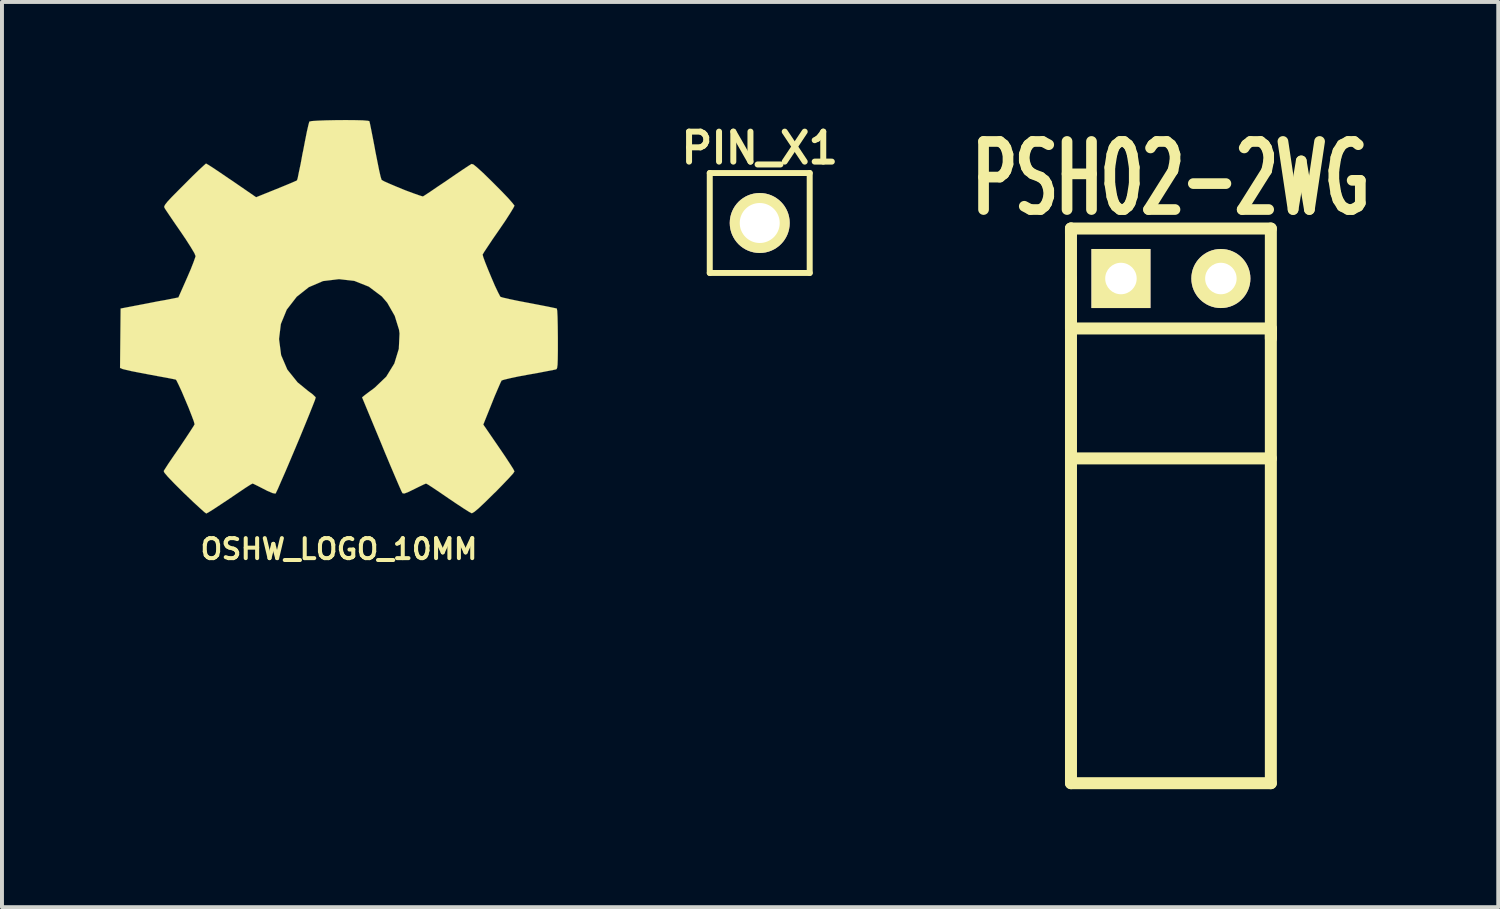
<source format=kicad_pcb>
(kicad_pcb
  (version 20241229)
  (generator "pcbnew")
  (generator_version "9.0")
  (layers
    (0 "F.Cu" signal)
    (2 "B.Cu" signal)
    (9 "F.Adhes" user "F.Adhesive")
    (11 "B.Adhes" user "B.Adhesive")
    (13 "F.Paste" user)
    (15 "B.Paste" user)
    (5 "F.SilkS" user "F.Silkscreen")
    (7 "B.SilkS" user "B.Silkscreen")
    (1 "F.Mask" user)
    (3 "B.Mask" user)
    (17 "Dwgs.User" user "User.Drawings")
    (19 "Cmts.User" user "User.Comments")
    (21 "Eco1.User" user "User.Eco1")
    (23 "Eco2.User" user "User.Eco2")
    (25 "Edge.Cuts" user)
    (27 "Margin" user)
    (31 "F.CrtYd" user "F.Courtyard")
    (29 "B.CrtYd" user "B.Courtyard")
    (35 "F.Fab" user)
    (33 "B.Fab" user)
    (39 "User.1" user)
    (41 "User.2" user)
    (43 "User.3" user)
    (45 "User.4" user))
  (footprint "OSHW_LOGO_10MM"
    (layer "F.Cu")
    (at 5.566 5.003)
    (property "Reference" "OSHW_LOGO_10MM" (at 0 5.903 0) (layer "F.SilkS") (effects (font (size 0.508 0.508) (thickness 0.102))))
    (attr through_hole)
    (fp_poly (pts (xy -3.373 4.999) (xy -3.315 4.968) (xy -3.185 4.887) (xy -3 4.765) (xy -2.779 4.618) (xy -2.558 4.468) (xy -2.377 4.346) (xy -2.25 4.265) (xy -2.197 4.237) (xy -2.169 4.247) (xy -2.065 4.298) (xy -1.913 4.376) (xy -1.824 4.422) (xy -1.684 4.481) (xy -1.615 4.493) (xy -1.603 4.475) (xy -1.552 4.369) (xy -1.473 4.186) (xy -1.367 3.945) (xy -1.247 3.663) (xy -1.118 3.358) (xy -0.988 3.048) (xy -0.866 2.751) (xy -0.757 2.484) (xy -0.671 2.268) (xy -0.612 2.118) (xy -0.592 2.052) (xy -0.597 2.04) (xy -0.668 1.971) (xy -0.79 1.88) (xy -1.052 1.666) (xy -1.313 1.341) (xy -1.471 0.973) (xy -1.524 0.564) (xy -1.478 0.183) (xy -1.328 -0.183) (xy -1.074 -0.511) (xy -0.767 -0.754) (xy -0.406 -0.909) (xy 0 -0.958) (xy 0.389 -0.914) (xy 0.759 -0.767) (xy 1.09 -0.518) (xy 1.227 -0.358) (xy 1.417 -0.025) (xy 1.527 0.33) (xy 1.539 0.422) (xy 1.521 0.813) (xy 1.407 1.186) (xy 1.201 1.521) (xy 0.914 1.796) (xy 0.879 1.824) (xy 0.744 1.923) (xy 0.655 1.991) (xy 0.587 2.047) (xy 1.085 3.246) (xy 1.163 3.437) (xy 1.3 3.764) (xy 1.42 4.046) (xy 1.516 4.27) (xy 1.582 4.42) (xy 1.613 4.481) (xy 1.615 4.483) (xy 1.659 4.491) (xy 1.75 4.458) (xy 1.918 4.376) (xy 2.029 4.321) (xy 2.156 4.26) (xy 2.212 4.237) (xy 2.261 4.262) (xy 2.383 4.341) (xy 2.56 4.46) (xy 2.776 4.608) (xy 2.979 4.745) (xy 3.167 4.869) (xy 3.305 4.956) (xy 3.371 4.991) (xy 3.381 4.991) (xy 3.439 4.958) (xy 3.546 4.869) (xy 3.711 4.714) (xy 3.942 4.486) (xy 3.978 4.453) (xy 4.166 4.26) (xy 4.321 4.097) (xy 4.425 3.983) (xy 4.46 3.929) (xy 4.427 3.863) (xy 4.341 3.729) (xy 4.216 3.538) (xy 4.064 3.315) (xy 3.668 2.738) (xy 3.886 2.195) (xy 3.952 2.029) (xy 4.039 1.826) (xy 4.102 1.681) (xy 4.133 1.618) (xy 4.194 1.598) (xy 4.341 1.562) (xy 4.557 1.516) (xy 4.816 1.468) (xy 5.06 1.425) (xy 5.281 1.382) (xy 5.443 1.351) (xy 5.514 1.336) (xy 5.532 1.326) (xy 5.545 1.293) (xy 5.555 1.217) (xy 5.56 1.082) (xy 5.563 0.869) (xy 5.563 0.564) (xy 5.563 0.531) (xy 5.56 0.236) (xy 5.555 0.005) (xy 5.547 -0.15) (xy 5.537 -0.208) (xy 5.537 -0.211) (xy 5.469 -0.226) (xy 5.311 -0.259) (xy 5.09 -0.302) (xy 4.826 -0.353) (xy 4.808 -0.356) (xy 4.547 -0.406) (xy 4.326 -0.452) (xy 4.171 -0.488) (xy 4.105 -0.508) (xy 4.092 -0.528) (xy 4.039 -0.63) (xy 3.962 -0.792) (xy 3.876 -0.993) (xy 3.79 -1.199) (xy 3.716 -1.384) (xy 3.665 -1.524) (xy 3.65 -1.587) (xy 3.653 -1.587) (xy 3.691 -1.651) (xy 3.782 -1.788) (xy 3.909 -1.979) (xy 4.064 -2.202) (xy 4.074 -2.217) (xy 4.227 -2.441) (xy 4.348 -2.629) (xy 4.43 -2.764) (xy 4.46 -2.824) (xy 4.46 -2.827) (xy 4.409 -2.893) (xy 4.298 -3.02) (xy 4.135 -3.19) (xy 3.94 -3.386) (xy 3.879 -3.447) (xy 3.663 -3.658) (xy 3.51 -3.797) (xy 3.419 -3.871) (xy 3.373 -3.886) (xy 3.371 -3.886) (xy 3.305 -3.846) (xy 3.165 -3.754) (xy 2.974 -3.625) (xy 2.748 -3.47) (xy 2.733 -3.459) (xy 2.51 -3.31) (xy 2.324 -3.183) (xy 2.192 -3.096) (xy 2.136 -3.061) (xy 2.126 -3.061) (xy 2.035 -3.089) (xy 1.877 -3.145) (xy 1.681 -3.218) (xy 1.476 -3.302) (xy 1.29 -3.381) (xy 1.148 -3.444) (xy 1.082 -3.482) (xy 1.082 -3.485) (xy 1.057 -3.564) (xy 1.019 -3.731) (xy 0.973 -3.96) (xy 0.919 -4.232) (xy 0.912 -4.277) (xy 0.861 -4.542) (xy 0.818 -4.76) (xy 0.787 -4.912) (xy 0.772 -4.973) (xy 0.734 -4.983) (xy 0.605 -4.994) (xy 0.406 -4.999) (xy 0.168 -5.001) (xy -0.084 -4.999) (xy -0.33 -4.994) (xy -0.541 -4.986) (xy -0.691 -4.976) (xy -0.752 -4.963) (xy -0.754 -4.961) (xy -0.777 -4.877) (xy -0.815 -4.712) (xy -0.861 -4.481) (xy -0.914 -4.206) (xy -0.925 -4.158) (xy -0.973 -3.894) (xy -1.019 -3.678) (xy -1.049 -3.528) (xy -1.067 -3.47) (xy -1.09 -3.457) (xy -1.199 -3.409) (xy -1.377 -3.335) (xy -1.595 -3.246) (xy -2.106 -3.04) (xy -2.731 -3.47) (xy -2.789 -3.508) (xy -3.012 -3.66) (xy -3.198 -3.785) (xy -3.325 -3.866) (xy -3.378 -3.896) (xy -3.383 -3.894) (xy -3.444 -3.84) (xy -3.569 -3.724) (xy -3.739 -3.559) (xy -3.934 -3.363) (xy -4.079 -3.218) (xy -4.252 -3.043) (xy -4.361 -2.926) (xy -4.42 -2.85) (xy -4.442 -2.804) (xy -4.437 -2.774) (xy -4.397 -2.71) (xy -4.305 -2.573) (xy -4.176 -2.383) (xy -4.023 -2.162) (xy -3.899 -1.979) (xy -3.764 -1.768) (xy -3.675 -1.618) (xy -3.645 -1.544) (xy -3.653 -1.514) (xy -3.696 -1.392) (xy -3.769 -1.206) (xy -3.863 -0.988) (xy -4.082 -0.493) (xy -4.404 -0.429) (xy -4.602 -0.394) (xy -4.877 -0.34) (xy -5.138 -0.29) (xy -5.55 -0.211) (xy -5.565 1.298) (xy -5.502 1.326) (xy -5.441 1.341) (xy -5.288 1.377) (xy -5.07 1.42) (xy -4.816 1.468) (xy -4.597 1.509) (xy -4.376 1.549) (xy -4.219 1.58) (xy -4.148 1.595) (xy -4.13 1.618) (xy -4.077 1.725) (xy -3.998 1.895) (xy -3.912 2.098) (xy -3.823 2.309) (xy -3.747 2.504) (xy -3.691 2.652) (xy -3.67 2.731) (xy -3.701 2.786) (xy -3.785 2.916) (xy -3.907 3.101) (xy -4.054 3.32) (xy -4.204 3.538) (xy -4.331 3.724) (xy -4.417 3.858) (xy -4.455 3.919) (xy -4.437 3.962) (xy -4.348 4.067) (xy -4.183 4.239) (xy -3.94 4.481) (xy -3.899 4.519) (xy -3.703 4.707) (xy -3.538 4.859) (xy -3.424 4.961) (xy -3.373 4.999)) (stroke (width 0.003) (type solid)) (fill yes) (layer "F.SilkS")))
  (footprint "PIN_X1"
    (layer "F.Cu")
    (at 16.26 2.618)
    (property "Reference" "PIN_X1" (at 0 -1.905 0) (layer "F.SilkS") (effects (font (size 0.762 0.762) (thickness 0.152))))
    (attr through_hole)
    (fp_line (start -1.27 -1.27) (end 1.27 -1.27) (stroke (width 0.152) (type solid)) (layer "F.SilkS"))
    (fp_line (start -1.27 1.27) (end -1.27 -1.27) (stroke (width 0.152) (type solid)) (layer "F.SilkS"))
    (fp_line (start 1.27 -1.27) (end 1.27 1.27) (stroke (width 0.152) (type solid)) (layer "F.SilkS"))
    (fp_line (start 1.27 1.27) (end -1.27 1.27) (stroke (width 0.152) (type solid)) (layer "F.SilkS"))
    (pad "1" thru_hole circle (at 0 0) (size 1.524 1.524) (drill 1.016) (layers "*.Cu" "*.Mask" "F.SilkS")))
  (footprint "PSH02-2WG"
    (layer "F.Cu")
    (at 25.441 4.029)
    (property "Reference" "PSH02-2WG" (at 1.27 -2.54 0) (layer "F.SilkS") (effects (font (size 1.73 1.087) (thickness 0.272))))
    (attr through_hole)
    (fp_line (start -1.27 -1.143) (end -1.27 -1.27) (stroke (width 0.305) (type solid)) (layer "F.SilkS"))
    (fp_line (start -1.27 1.27) (end -1.27 -1.27) (stroke (width 0.305) (type solid)) (layer "F.SilkS"))
    (fp_line (start -1.27 1.27) (end 3.81 1.27) (stroke (width 0.305) (type solid)) (layer "F.SilkS"))
    (fp_line (start -1.27 4.572) (end 3.81 4.572) (stroke (width 0.305) (type solid)) (layer "F.SilkS"))
    (fp_line (start -1.27 12.827) (end -1.27 0) (stroke (width 0.305) (type solid)) (layer "F.SilkS"))
    (fp_line (start 3.81 -1.27) (end -1.27 -1.27) (stroke (width 0.305) (type solid)) (layer "F.SilkS"))
    (fp_line (start 3.81 -1.27) (end 3.81 1.524) (stroke (width 0.305) (type solid)) (layer "F.SilkS"))
    (fp_line (start 3.81 1.27) (end 3.81 12.827) (stroke (width 0.305) (type solid)) (layer "F.SilkS"))
    (fp_line (start 3.81 12.827) (end -1.27 12.827) (stroke (width 0.305) (type solid)) (layer "F.SilkS"))
    (pad "1" thru_hole rect (at 0 0) (size 1.501 1.501) (drill 0.8) (layers "*.Cu" "*.Mask" "F.SilkS"))
    (pad "2" thru_hole circle (at 2.54 0) (size 1.501 1.501) (drill 0.8) (layers "*.Cu" "*.Mask" "F.SilkS")))
  (gr_rect
    (start -3 -3)
    (end 35.031 20.008)
    (stroke (width 0.1) (type default))
    (fill no)
    (layer "Edge.Cuts")))
</source>
